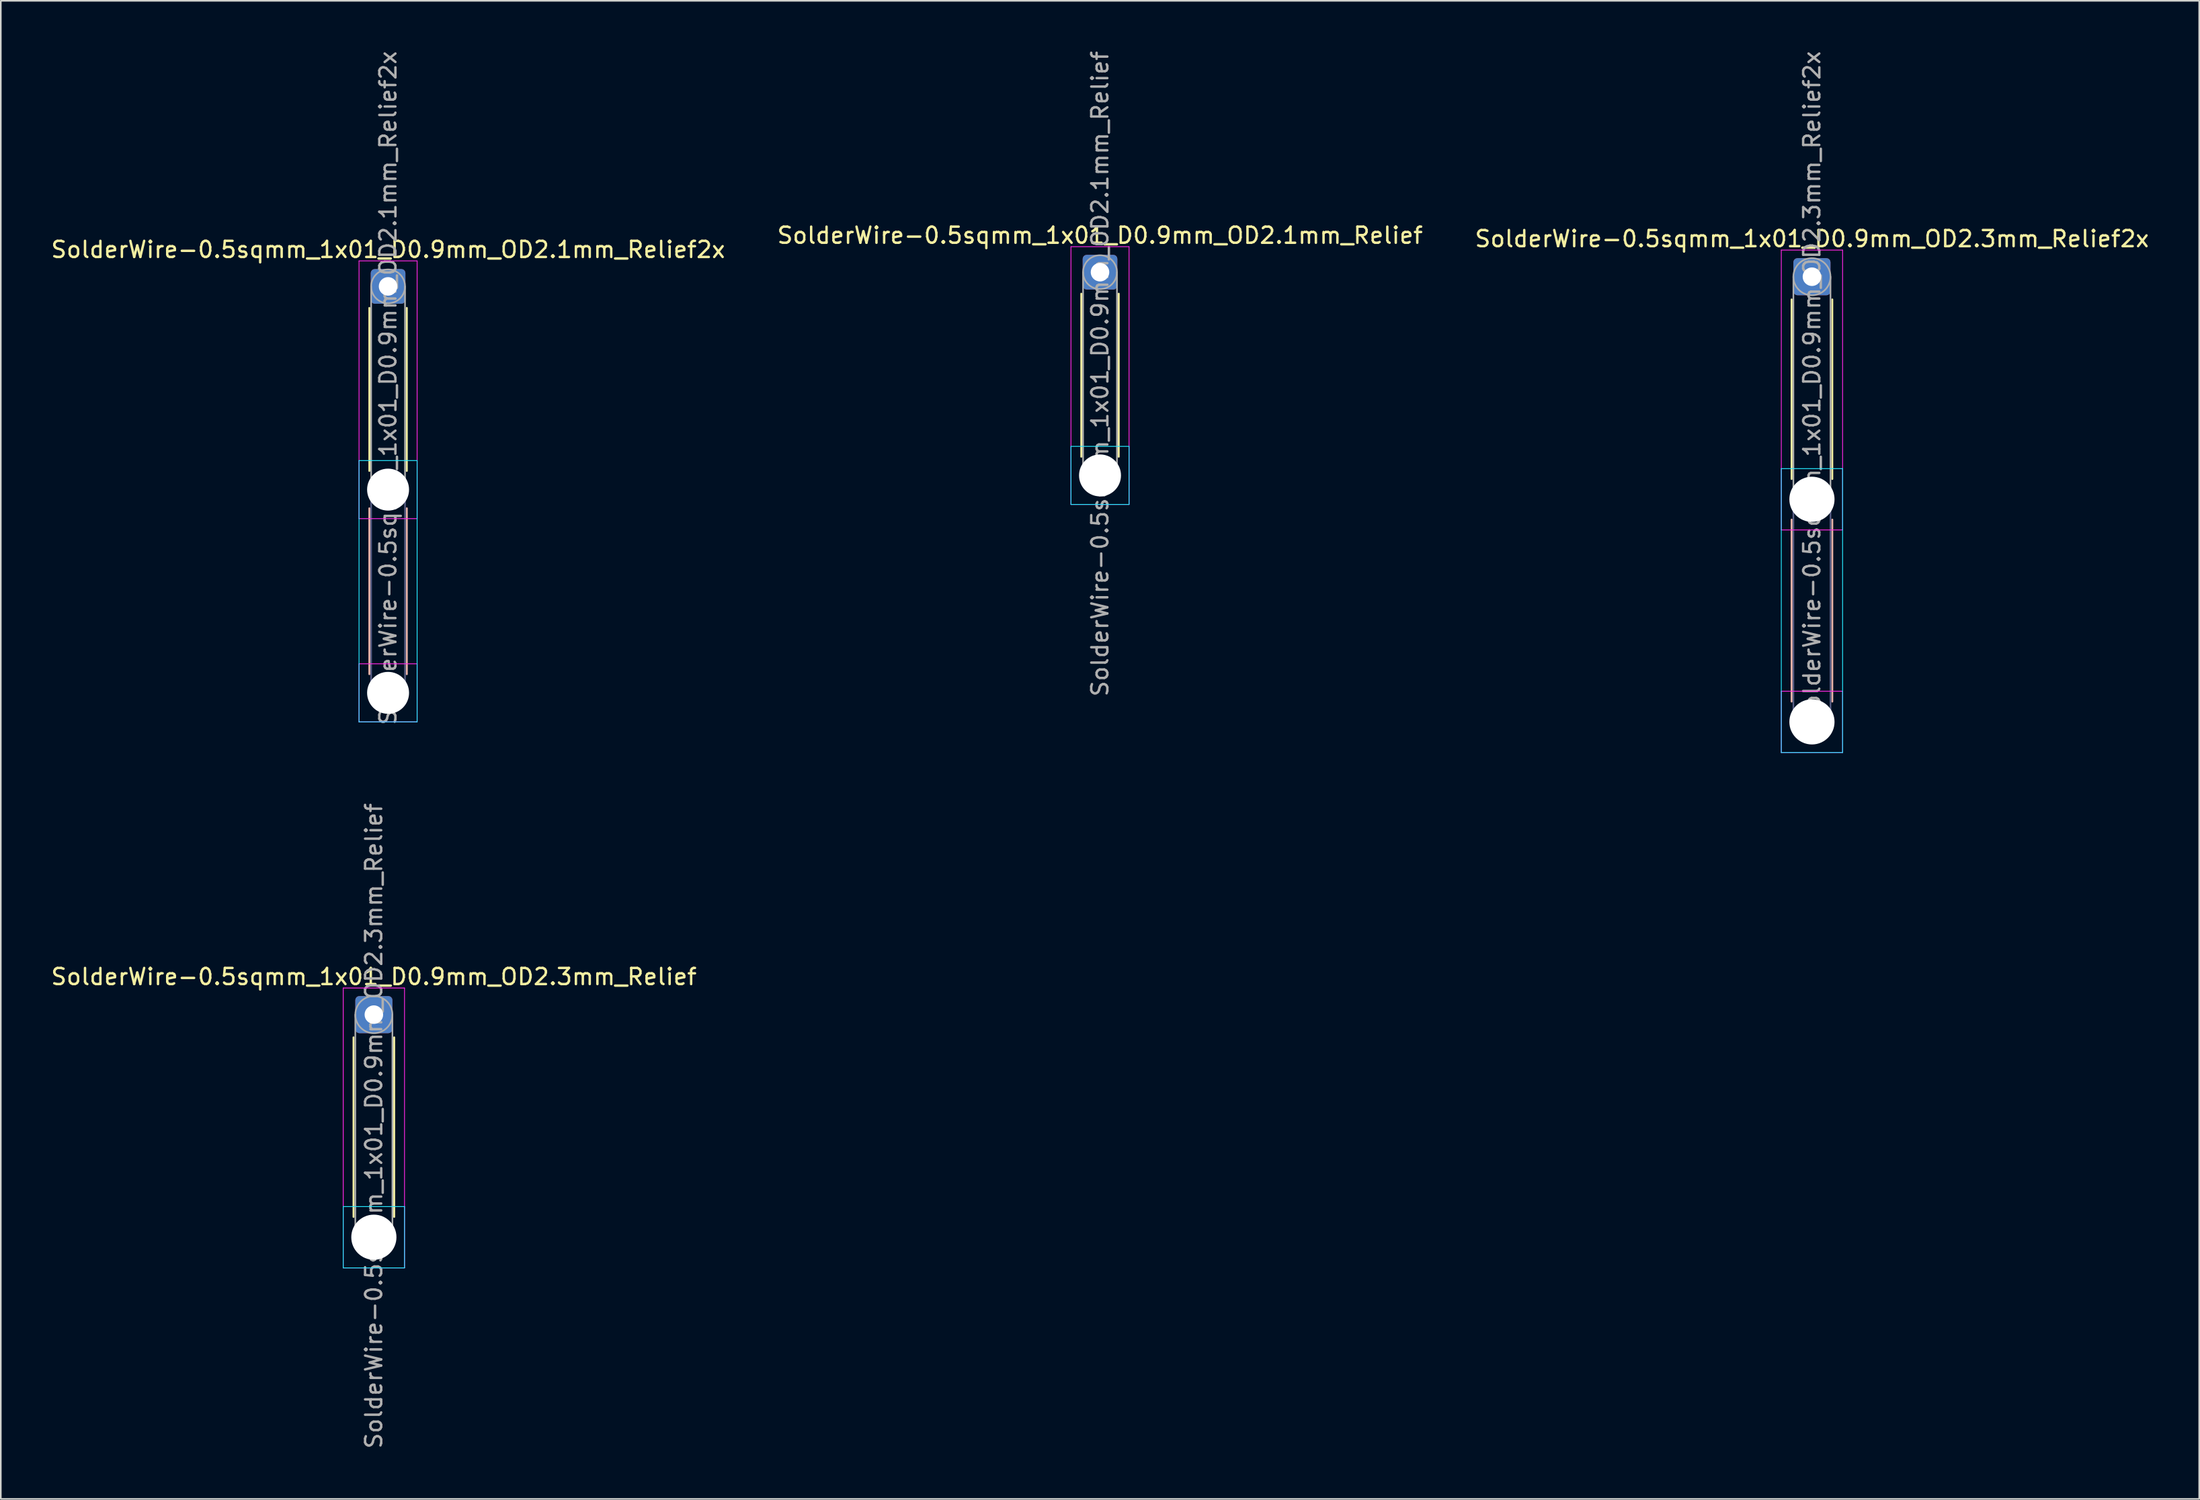
<source format=kicad_pcb>
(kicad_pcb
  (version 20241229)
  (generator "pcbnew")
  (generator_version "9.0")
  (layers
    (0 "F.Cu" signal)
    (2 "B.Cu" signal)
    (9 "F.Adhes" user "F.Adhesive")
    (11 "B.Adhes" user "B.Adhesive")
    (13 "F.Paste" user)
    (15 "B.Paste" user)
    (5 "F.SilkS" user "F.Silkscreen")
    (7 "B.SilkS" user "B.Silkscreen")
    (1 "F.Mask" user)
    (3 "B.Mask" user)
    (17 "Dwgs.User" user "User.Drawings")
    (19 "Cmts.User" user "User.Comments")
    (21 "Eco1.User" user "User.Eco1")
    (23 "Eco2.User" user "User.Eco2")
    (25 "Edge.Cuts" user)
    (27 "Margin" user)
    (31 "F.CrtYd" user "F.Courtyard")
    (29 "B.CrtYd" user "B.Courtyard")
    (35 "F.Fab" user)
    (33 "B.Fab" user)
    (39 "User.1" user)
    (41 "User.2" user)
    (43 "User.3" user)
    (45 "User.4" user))
  (footprint "SolderWire-0.5sqmm_1x01_D0.9mm_OD2.1mm_Relief"
    (layer "F.Cu")
    (at 65.137 13.825)
    (property "Reference" "SolderWire-0.5sqmm_1x01_D0.9mm_OD2.1mm_Relief" (at 0 -2.28 0) (layer "F.SilkS") (effects (font (size 1 1) (thickness 0.15))))
    (attr exclude_from_pos_files exclude_from_bom)
    (fp_line (start -1.16 1.335) (end -1.16 11.44) (stroke (width 0.12) (type solid)) (layer "F.SilkS"))
    (fp_line (start 1.16 1.335) (end 1.16 11.44) (stroke (width 0.12) (type solid)) (layer "F.SilkS"))
    (fp_line (start -1.8 10.8) (end -1.8 14.4) (stroke (width 0.05) (type solid)) (layer "B.CrtYd"))
    (fp_line (start -1.8 14.4) (end 1.8 14.4) (stroke (width 0.05) (type solid)) (layer "B.CrtYd"))
    (fp_line (start 1.8 10.8) (end -1.8 10.8) (stroke (width 0.05) (type solid)) (layer "B.CrtYd"))
    (fp_line (start 1.8 14.4) (end 1.8 10.8) (stroke (width 0.05) (type solid)) (layer "B.CrtYd"))
    (fp_line (start -1.8 -1.58) (end -1.8 14.4) (stroke (width 0.05) (type solid)) (layer "F.CrtYd"))
    (fp_line (start -1.8 14.4) (end 1.8 14.4) (stroke (width 0.05) (type solid)) (layer "F.CrtYd"))
    (fp_line (start 1.8 -1.58) (end -1.8 -1.58) (stroke (width 0.05) (type solid)) (layer "F.CrtYd"))
    (fp_line (start 1.8 14.4) (end 1.8 -1.58) (stroke (width 0.05) (type solid)) (layer "F.CrtYd"))
    (fp_line (start -1.05 0) (end -1.05 12.6) (stroke (width 0.1) (type solid)) (layer "F.Fab"))
    (fp_line (start 1.05 0) (end 1.05 12.6) (stroke (width 0.1) (type solid)) (layer "F.Fab"))
    (fp_circle (center 0 0) (end 1.05 0) (stroke (width 0.1) (type solid)) (fill no) (layer "F.Fab"))
    (fp_circle (center 0 12.6) (end 1.05 12.6) (stroke (width 0.1) (type solid)) (fill no) (layer "F.Fab"))
    (fp_text user "${REFERENCE}" (at 0 6.3 90) (layer "F.Fab") (effects (font (size 1 1) (thickness 0.15))))
    (pad "" np_thru_hole circle (at 0 12.6) (size 2.6 2.6) (drill 2.6) (layers "*.Cu" "*.Mask"))
    (pad "1" thru_hole roundrect (at 0 0) (size 2.15 2.15) (drill 1.15) (layers "*.Cu" "*.Mask") (roundrect_rratio 0.116)))
  (footprint "SolderWire-0.5sqmm_1x01_D0.9mm_OD2.3mm_Relief"
    (layer "F.Cu")
    (at 20.125 59.856)
    (property "Reference" "SolderWire-0.5sqmm_1x01_D0.9mm_OD2.3mm_Relief" (at 0 -2.35 0) (layer "F.SilkS") (effects (font (size 1 1) (thickness 0.15))))
    (attr exclude_from_pos_files exclude_from_bom)
    (fp_line (start -1.26 1.41) (end -1.26 12.54) (stroke (width 0.12) (type solid)) (layer "F.SilkS"))
    (fp_line (start 1.26 1.41) (end 1.26 12.54) (stroke (width 0.12) (type solid)) (layer "F.SilkS"))
    (fp_line (start -1.9 11.9) (end -1.9 15.7) (stroke (width 0.05) (type solid)) (layer "B.CrtYd"))
    (fp_line (start -1.9 15.7) (end 1.9 15.7) (stroke (width 0.05) (type solid)) (layer "B.CrtYd"))
    (fp_line (start 1.9 11.9) (end -1.9 11.9) (stroke (width 0.05) (type solid)) (layer "B.CrtYd"))
    (fp_line (start 1.9 15.7) (end 1.9 11.9) (stroke (width 0.05) (type solid)) (layer "B.CrtYd"))
    (fp_line (start -1.9 -1.65) (end -1.9 15.7) (stroke (width 0.05) (type solid)) (layer "F.CrtYd"))
    (fp_line (start -1.9 15.7) (end 1.9 15.7) (stroke (width 0.05) (type solid)) (layer "F.CrtYd"))
    (fp_line (start 1.9 -1.65) (end -1.9 -1.65) (stroke (width 0.05) (type solid)) (layer "F.CrtYd"))
    (fp_line (start 1.9 15.7) (end 1.9 -1.65) (stroke (width 0.05) (type solid)) (layer "F.CrtYd"))
    (fp_line (start -1.15 0) (end -1.15 13.8) (stroke (width 0.1) (type solid)) (layer "F.Fab"))
    (fp_line (start 1.15 0) (end 1.15 13.8) (stroke (width 0.1) (type solid)) (layer "F.Fab"))
    (fp_circle (center 0 0) (end 1.15 0) (stroke (width 0.1) (type solid)) (fill no) (layer "F.Fab"))
    (fp_circle (center 0 13.8) (end 1.15 13.8) (stroke (width 0.1) (type solid)) (fill no) (layer "F.Fab"))
    (fp_text user "${REFERENCE}" (at 0 6.9 90) (layer "F.Fab") (effects (font (size 1 1) (thickness 0.15))))
    (pad "" np_thru_hole circle (at 0 13.8) (size 2.8 2.8) (drill 2.8) (layers "*.Cu" "*.Mask"))
    (pad "1" thru_hole roundrect (at 0 0) (size 2.3 2.3) (drill 1.15) (layers "*.Cu" "*.Mask") (roundrect_rratio 0.109)))
  (footprint "SolderWire-0.5sqmm_1x01_D0.9mm_OD2.3mm_Relief2x"
    (layer "F.Cu")
    (at 109.268 14.106)
    (property "Reference" "SolderWire-0.5sqmm_1x01_D0.9mm_OD2.3mm_Relief2x" (at 0 -2.35 0) (layer "F.SilkS") (effects (font (size 1 1) (thickness 0.15))))
    (attr exclude_from_pos_files exclude_from_bom)
    (fp_line (start -1.26 1.41) (end -1.26 12.54) (stroke (width 0.12) (type solid)) (layer "F.SilkS"))
    (fp_line (start 1.26 1.41) (end 1.26 12.54) (stroke (width 0.12) (type solid)) (layer "F.SilkS"))
    (fp_line (start -1.26 15.06) (end -1.26 26.34) (stroke (width 0.12) (type solid)) (layer "B.SilkS"))
    (fp_line (start 1.26 15.06) (end 1.26 26.34) (stroke (width 0.12) (type solid)) (layer "B.SilkS"))
    (fp_line (start -1.9 11.9) (end -1.9 29.5) (stroke (width 0.05) (type solid)) (layer "B.CrtYd"))
    (fp_line (start -1.9 29.5) (end 1.9 29.5) (stroke (width 0.05) (type solid)) (layer "B.CrtYd"))
    (fp_line (start 1.9 11.9) (end -1.9 11.9) (stroke (width 0.05) (type solid)) (layer "B.CrtYd"))
    (fp_line (start 1.9 29.5) (end 1.9 11.9) (stroke (width 0.05) (type solid)) (layer "B.CrtYd"))
    (fp_line (start -1.9 -1.65) (end -1.9 15.7) (stroke (width 0.05) (type solid)) (layer "F.CrtYd"))
    (fp_line (start -1.9 15.7) (end 1.9 15.7) (stroke (width 0.05) (type solid)) (layer "F.CrtYd"))
    (fp_line (start -1.9 25.7) (end -1.9 29.5) (stroke (width 0.05) (type solid)) (layer "F.CrtYd"))
    (fp_line (start -1.9 29.5) (end 1.9 29.5) (stroke (width 0.05) (type solid)) (layer "F.CrtYd"))
    (fp_line (start 1.9 -1.65) (end -1.9 -1.65) (stroke (width 0.05) (type solid)) (layer "F.CrtYd"))
    (fp_line (start 1.9 15.7) (end 1.9 -1.65) (stroke (width 0.05) (type solid)) (layer "F.CrtYd"))
    (fp_line (start 1.9 25.7) (end -1.9 25.7) (stroke (width 0.05) (type solid)) (layer "F.CrtYd"))
    (fp_line (start 1.9 29.5) (end 1.9 25.7) (stroke (width 0.05) (type solid)) (layer "F.CrtYd"))
    (fp_line (start -1.15 13.8) (end -1.15 27.6) (stroke (width 0.1) (type solid)) (layer "B.Fab"))
    (fp_line (start 1.15 13.8) (end 1.15 27.6) (stroke (width 0.1) (type solid)) (layer "B.Fab"))
    (fp_circle (center 0 13.8) (end 1.15 13.8) (stroke (width 0.1) (type solid)) (fill no) (layer "B.Fab"))
    (fp_circle (center 0 27.6) (end 1.15 27.6) (stroke (width 0.1) (type solid)) (fill no) (layer "B.Fab"))
    (fp_line (start -1.15 0) (end -1.15 13.8) (stroke (width 0.1) (type solid)) (layer "F.Fab"))
    (fp_line (start 1.15 0) (end 1.15 13.8) (stroke (width 0.1) (type solid)) (layer "F.Fab"))
    (fp_circle (center 0 0) (end 1.15 0) (stroke (width 0.1) (type solid)) (fill no) (layer "F.Fab"))
    (fp_circle (center 0 13.8) (end 1.15 13.8) (stroke (width 0.1) (type solid)) (fill no) (layer "F.Fab"))
    (fp_circle (center 0 27.6) (end 1.15 27.6) (stroke (width 0.1) (type solid)) (fill no) (layer "F.Fab"))
    (fp_text user "${REFERENCE}" (at 0 6.9 90) (layer "F.Fab") (effects (font (size 1 1) (thickness 0.15))))
    (pad "" np_thru_hole circle (at 0 13.8) (size 2.8 2.8) (drill 2.8) (layers "*.Cu" "*.Mask"))
    (pad "" np_thru_hole circle (at 0 27.6) (size 2.8 2.8) (drill 2.8) (layers "*.Cu" "*.Mask"))
    (pad "1" thru_hole roundrect (at 0 0) (size 2.3 2.3) (drill 1.15) (layers "*.Cu" "*.Mask") (roundrect_rratio 0.109)))
  (footprint "SolderWire-0.5sqmm_1x01_D0.9mm_OD2.1mm_Relief2x"
    (layer "F.Cu")
    (at 21.006 14.706)
    (property "Reference" "SolderWire-0.5sqmm_1x01_D0.9mm_OD2.1mm_Relief2x" (at 0 -2.28 0) (layer "F.SilkS") (effects (font (size 1 1) (thickness 0.15))))
    (attr exclude_from_pos_files exclude_from_bom)
    (fp_line (start -1.16 1.335) (end -1.16 11.44) (stroke (width 0.12) (type solid)) (layer "F.SilkS"))
    (fp_line (start 1.16 1.335) (end 1.16 11.44) (stroke (width 0.12) (type solid)) (layer "F.SilkS"))
    (fp_line (start -1.16 13.76) (end -1.16 24.04) (stroke (width 0.12) (type solid)) (layer "B.SilkS"))
    (fp_line (start 1.16 13.76) (end 1.16 24.04) (stroke (width 0.12) (type solid)) (layer "B.SilkS"))
    (fp_line (start -1.8 10.8) (end -1.8 27) (stroke (width 0.05) (type solid)) (layer "B.CrtYd"))
    (fp_line (start -1.8 27) (end 1.8 27) (stroke (width 0.05) (type solid)) (layer "B.CrtYd"))
    (fp_line (start 1.8 10.8) (end -1.8 10.8) (stroke (width 0.05) (type solid)) (layer "B.CrtYd"))
    (fp_line (start 1.8 27) (end 1.8 10.8) (stroke (width 0.05) (type solid)) (layer "B.CrtYd"))
    (fp_line (start -1.8 -1.58) (end -1.8 14.4) (stroke (width 0.05) (type solid)) (layer "F.CrtYd"))
    (fp_line (start -1.8 14.4) (end 1.8 14.4) (stroke (width 0.05) (type solid)) (layer "F.CrtYd"))
    (fp_line (start -1.8 23.4) (end -1.8 27) (stroke (width 0.05) (type solid)) (layer "F.CrtYd"))
    (fp_line (start -1.8 27) (end 1.8 27) (stroke (width 0.05) (type solid)) (layer "F.CrtYd"))
    (fp_line (start 1.8 -1.58) (end -1.8 -1.58) (stroke (width 0.05) (type solid)) (layer "F.CrtYd"))
    (fp_line (start 1.8 14.4) (end 1.8 -1.58) (stroke (width 0.05) (type solid)) (layer "F.CrtYd"))
    (fp_line (start 1.8 23.4) (end -1.8 23.4) (stroke (width 0.05) (type solid)) (layer "F.CrtYd"))
    (fp_line (start 1.8 27) (end 1.8 23.4) (stroke (width 0.05) (type solid)) (layer "F.CrtYd"))
    (fp_line (start -1.05 12.6) (end -1.05 25.2) (stroke (width 0.1) (type solid)) (layer "B.Fab"))
    (fp_line (start 1.05 12.6) (end 1.05 25.2) (stroke (width 0.1) (type solid)) (layer "B.Fab"))
    (fp_circle (center 0 12.6) (end 1.05 12.6) (stroke (width 0.1) (type solid)) (fill no) (layer "B.Fab"))
    (fp_circle (center 0 25.2) (end 1.05 25.2) (stroke (width 0.1) (type solid)) (fill no) (layer "B.Fab"))
    (fp_line (start -1.05 0) (end -1.05 12.6) (stroke (width 0.1) (type solid)) (layer "F.Fab"))
    (fp_line (start 1.05 0) (end 1.05 12.6) (stroke (width 0.1) (type solid)) (layer "F.Fab"))
    (fp_circle (center 0 0) (end 1.05 0) (stroke (width 0.1) (type solid)) (fill no) (layer "F.Fab"))
    (fp_circle (center 0 12.6) (end 1.05 12.6) (stroke (width 0.1) (type solid)) (fill no) (layer "F.Fab"))
    (fp_circle (center 0 25.2) (end 1.05 25.2) (stroke (width 0.1) (type solid)) (fill no) (layer "F.Fab"))
    (fp_text user "${REFERENCE}" (at 0 6.3 90) (layer "F.Fab") (effects (font (size 1 1) (thickness 0.15))))
    (pad "" np_thru_hole circle (at 0 12.6) (size 2.6 2.6) (drill 2.6) (layers "*.Cu" "*.Mask"))
    (pad "" np_thru_hole circle (at 0 25.2) (size 2.6 2.6) (drill 2.6) (layers "*.Cu" "*.Mask"))
    (pad "1" thru_hole roundrect (at 0 0) (size 2.15 2.15) (drill 1.15) (layers "*.Cu" "*.Mask") (roundrect_rratio 0.116)))
  (gr_rect
    (start -3 -3)
    (end 133.274 89.881)
    (stroke (width 0.1) (type default))
    (fill no)
    (layer "Edge.Cuts")))
</source>
